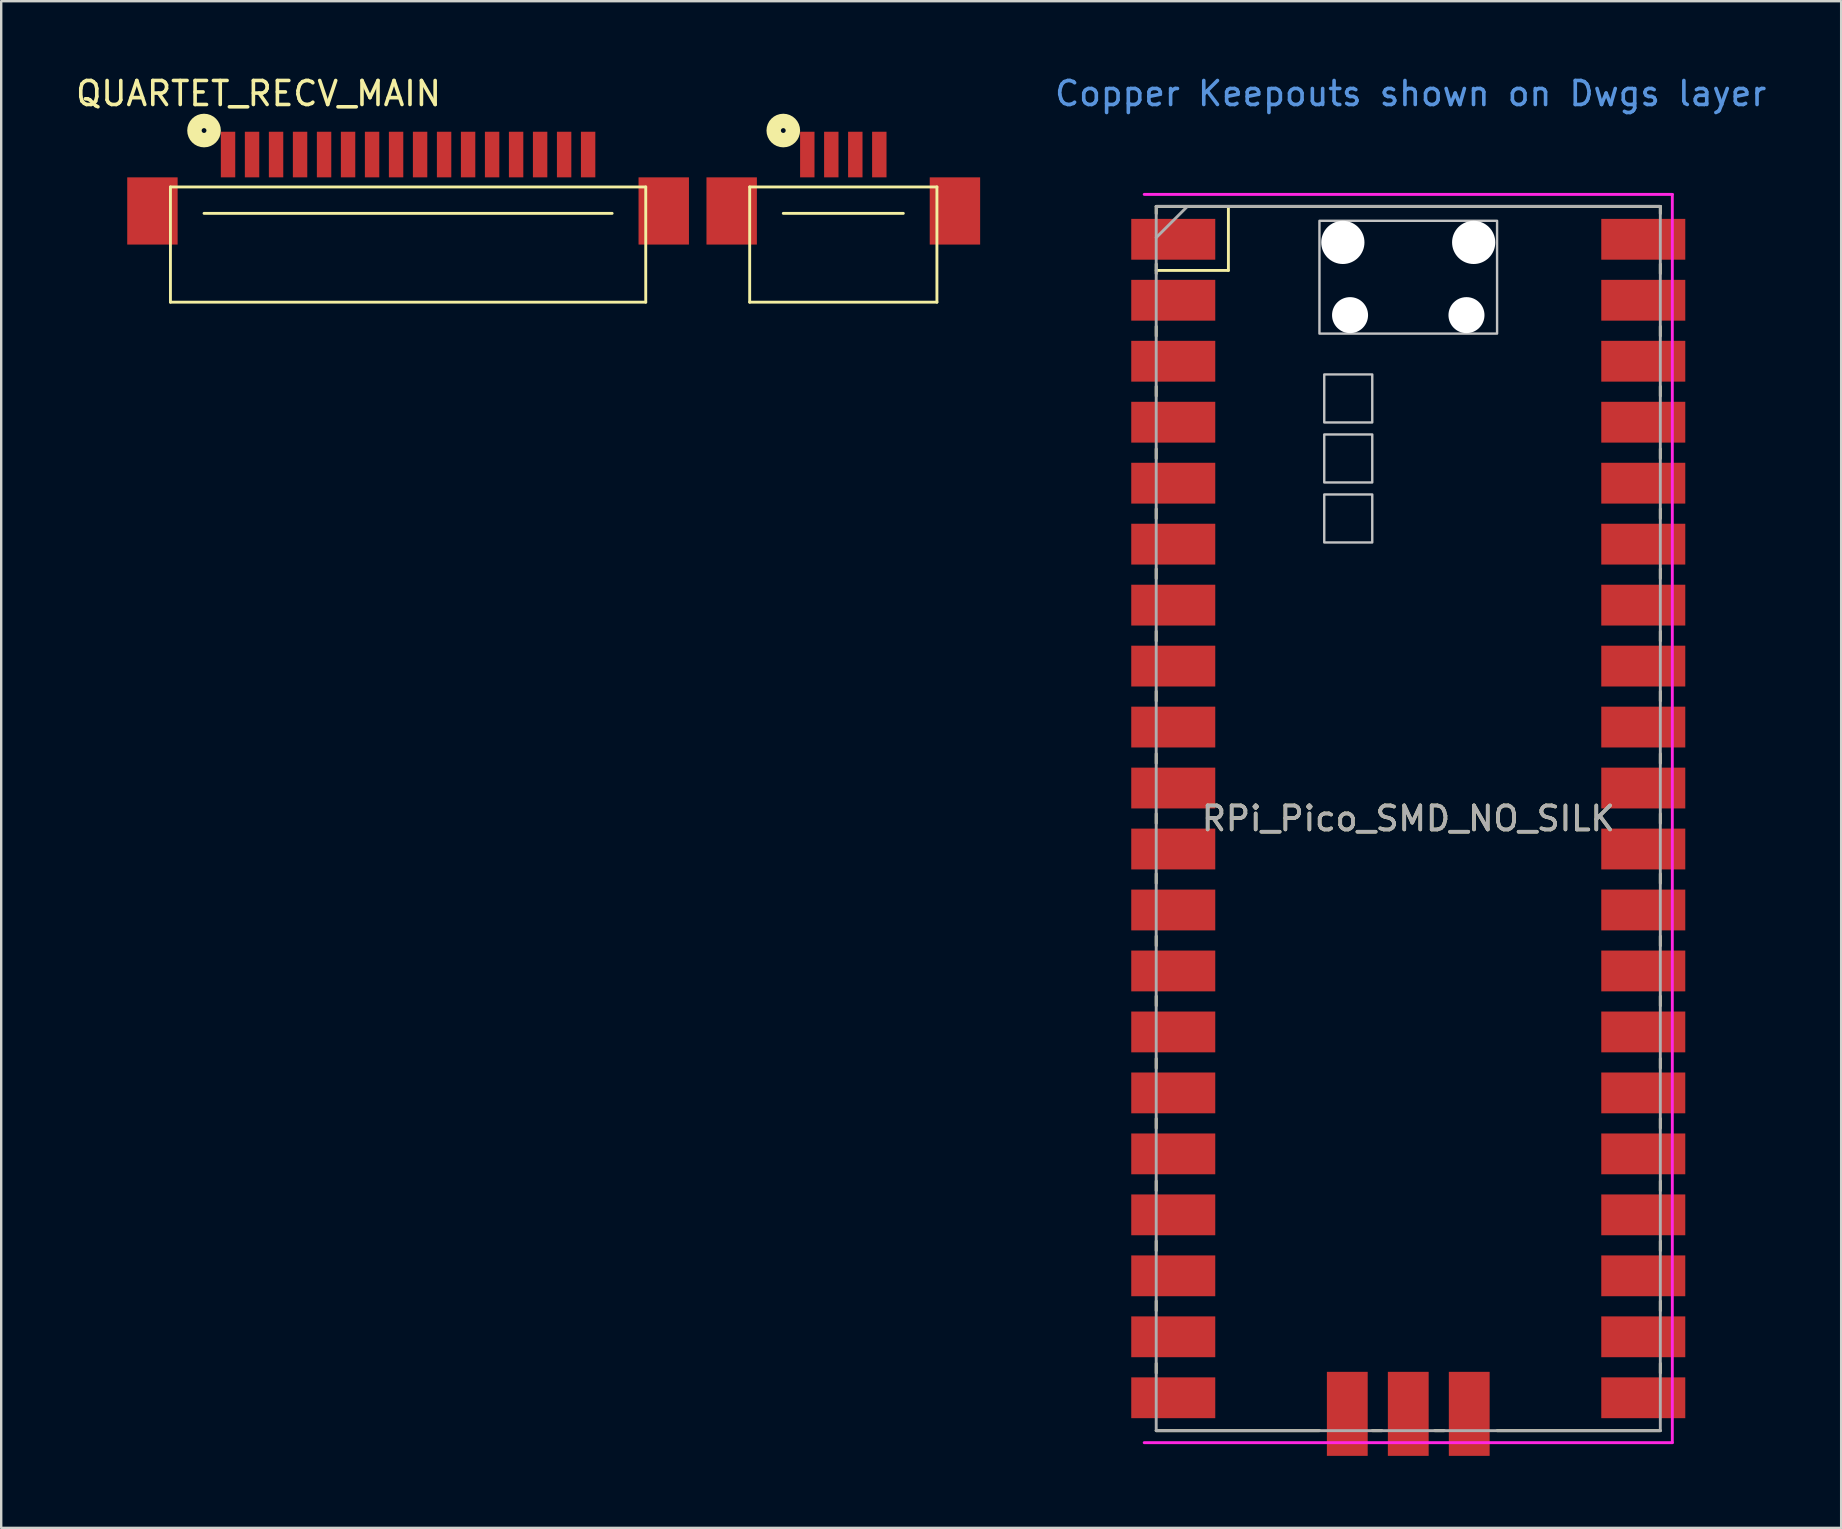
<source format=kicad_pcb>
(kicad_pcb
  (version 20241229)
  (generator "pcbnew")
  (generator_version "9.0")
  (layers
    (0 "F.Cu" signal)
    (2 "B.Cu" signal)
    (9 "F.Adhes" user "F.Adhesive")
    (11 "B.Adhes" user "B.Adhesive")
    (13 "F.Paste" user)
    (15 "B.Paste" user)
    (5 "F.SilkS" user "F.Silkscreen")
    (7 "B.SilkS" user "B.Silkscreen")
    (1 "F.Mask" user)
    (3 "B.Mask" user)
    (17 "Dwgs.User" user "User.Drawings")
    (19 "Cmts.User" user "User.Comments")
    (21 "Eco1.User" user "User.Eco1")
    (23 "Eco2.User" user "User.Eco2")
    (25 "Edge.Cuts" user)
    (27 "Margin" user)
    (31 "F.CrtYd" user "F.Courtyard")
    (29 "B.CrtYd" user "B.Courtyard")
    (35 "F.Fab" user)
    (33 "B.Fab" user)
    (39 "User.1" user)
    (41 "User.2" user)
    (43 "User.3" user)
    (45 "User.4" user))
  (footprint "QUARTET_RECV_MAIN"
    (layer "F.Cu")
    (at 6.45 3.388)
    (property "Reference" "QUARTET_RECV_MAIN" (at 1.27 -2.54 0) (layer "F.SilkS") (effects (font (size 1 1) (thickness 0.15))))
    (attr through_hole)
    (fp_line (start -2.4 1.35) (end -2.4 6.15) (stroke (width 0.12) (type solid)) (layer "F.SilkS"))
    (fp_line (start -2.4 1.35) (end 17.4 1.35) (stroke (width 0.12) (type solid)) (layer "F.SilkS"))
    (fp_line (start -2.4 6.15) (end 17.4 6.15) (stroke (width 0.12) (type solid)) (layer "F.SilkS"))
    (fp_line (start -1 2.45) (end 16 2.45) (stroke (width 0.12) (type solid)) (layer "F.SilkS"))
    (fp_line (start 17.4 6.15) (end 17.4 1.35) (stroke (width 0.12) (type solid)) (layer "F.SilkS"))
    (fp_line (start 21.73 1.35) (end 21.73 6.15) (stroke (width 0.12) (type solid)) (layer "F.SilkS"))
    (fp_line (start 21.73 1.35) (end 29.53 1.35) (stroke (width 0.12) (type solid)) (layer "F.SilkS"))
    (fp_line (start 21.73 6.15) (end 29.53 6.15) (stroke (width 0.12) (type solid)) (layer "F.SilkS"))
    (fp_line (start 23.13 2.45) (end 28.13 2.45) (stroke (width 0.12) (type solid)) (layer "F.SilkS"))
    (fp_line (start 29.53 6.15) (end 29.53 1.35) (stroke (width 0.12) (type solid)) (layer "F.SilkS"))
    (fp_circle (center -1 -1) (end -0.9 -1) (stroke (width 0.6) (type solid)) (fill no) (layer "F.SilkS"))
    (fp_circle (center 23.13 -1) (end 23.23 -1) (stroke (width 0.6) (type solid)) (fill no) (layer "F.SilkS"))
    (pad "1" smd rect (at 0 0) (size 0.6 1.9) (layers "F.Cu" "F.Mask" "F.Paste"))
    (pad "2" smd rect (at 1 0) (size 0.6 1.9) (layers "F.Cu" "F.Mask" "F.Paste"))
    (pad "3" smd rect (at 2 0) (size 0.6 1.9) (layers "F.Cu" "F.Mask" "F.Paste"))
    (pad "4" smd rect (at 3 0) (size 0.6 1.9) (layers "F.Cu" "F.Mask" "F.Paste"))
    (pad "5" smd rect (at 4 0) (size 0.6 1.9) (layers "F.Cu" "F.Mask" "F.Paste"))
    (pad "6" smd rect (at 5 0) (size 0.6 1.9) (layers "F.Cu" "F.Mask" "F.Paste"))
    (pad "7" smd rect (at 6 0) (size 0.6 1.9) (layers "F.Cu" "F.Mask" "F.Paste"))
    (pad "8" smd rect (at 7 0) (size 0.6 1.9) (layers "F.Cu" "F.Mask" "F.Paste"))
    (pad "9" smd rect (at 8 0) (size 0.6 1.9) (layers "F.Cu" "F.Mask" "F.Paste"))
    (pad "10" smd rect (at 9 0) (size 0.6 1.9) (layers "F.Cu" "F.Mask" "F.Paste"))
    (pad "11" smd rect (at 10 0) (size 0.6 1.9) (layers "F.Cu" "F.Mask" "F.Paste"))
    (pad "12" smd rect (at 11 0) (size 0.6 1.9) (layers "F.Cu" "F.Mask" "F.Paste"))
    (pad "13" smd rect (at 12 0) (size 0.6 1.9) (layers "F.Cu" "F.Mask" "F.Paste"))
    (pad "14" smd rect (at 13 0) (size 0.6 1.9) (layers "F.Cu" "F.Mask" "F.Paste"))
    (pad "15" smd rect (at 14 0) (size 0.6 1.9) (layers "F.Cu" "F.Mask" "F.Paste"))
    (pad "16" smd rect (at 15 0) (size 0.6 1.9) (layers "F.Cu" "F.Mask" "F.Paste"))
    (pad "17" smd rect (at 24.13 0) (size 0.6 1.9) (layers "F.Cu" "F.Mask" "F.Paste"))
    (pad "18" smd rect (at 25.13 0) (size 0.6 1.9) (layers "F.Cu" "F.Mask" "F.Paste"))
    (pad "19" smd rect (at 26.13 0) (size 0.6 1.9) (layers "F.Cu" "F.Mask" "F.Paste"))
    (pad "20" smd rect (at 27.13 0) (size 0.6 1.9) (layers "F.Cu" "F.Mask" "F.Paste"))
    (pad "MT1" smd rect (at -3.15 2.35) (size 2.1 2.8) (layers "F.Cu" "F.Mask" "F.Paste"))
    (pad "MT2" smd rect (at 18.15 2.35) (size 2.1 2.8) (layers "F.Cu" "F.Mask" "F.Paste"))
    (pad "MT3" smd rect (at 20.98 2.35) (size 2.1 2.8) (layers "F.Cu" "F.Mask" "F.Paste"))
    (pad "MT4" smd rect (at 30.28 2.35) (size 2.1 2.8) (layers "F.Cu" "F.Mask" "F.Paste")))
  (footprint "RPi_Pico_SMD_NO_SILK"
    (layer "F.Cu")
    (at 55.615 31.048)
    (property "Reference" "RPi_Pico_SMD_NO_SILK" (at 0 0 0) (layer "F.SilkS") (effects (font (size 1 1) (thickness 0.15))))
    (attr smd)
    (fp_line (start -10.5 -25.5) (end -10.5 -25.2) (stroke (width 0.12) (type solid)) (layer "F.SilkS"))
    (fp_line (start -10.5 -25.5) (end 10.5 -25.5) (stroke (width 0.12) (type solid)) (layer "F.SilkS"))
    (fp_line (start -10.5 -23.1) (end -10.5 -22.7) (stroke (width 0.12) (type solid)) (layer "F.SilkS"))
    (fp_line (start -10.5 -22.833) (end -7.493 -22.833) (stroke (width 0.12) (type solid)) (layer "F.SilkS"))
    (fp_line (start -10.5 -20.5) (end -10.5 -20.1) (stroke (width 0.12) (type solid)) (layer "F.SilkS"))
    (fp_line (start -10.5 -18) (end -10.5 -17.6) (stroke (width 0.12) (type solid)) (layer "F.SilkS"))
    (fp_line (start -10.5 -15.4) (end -10.5 -15) (stroke (width 0.12) (type solid)) (layer "F.SilkS"))
    (fp_line (start -10.5 -12.9) (end -10.5 -12.5) (stroke (width 0.12) (type solid)) (layer "F.SilkS"))
    (fp_line (start -10.5 -10.4) (end -10.5 -10) (stroke (width 0.12) (type solid)) (layer "F.SilkS"))
    (fp_line (start -10.5 -7.8) (end -10.5 -7.4) (stroke (width 0.12) (type solid)) (layer "F.SilkS"))
    (fp_line (start -10.5 -5.3) (end -10.5 -4.9) (stroke (width 0.12) (type solid)) (layer "F.SilkS"))
    (fp_line (start -10.5 -2.7) (end -10.5 -2.3) (stroke (width 0.12) (type solid)) (layer "F.SilkS"))
    (fp_line (start -10.5 -0.2) (end -10.5 0.2) (stroke (width 0.12) (type solid)) (layer "F.SilkS"))
    (fp_line (start -10.5 2.3) (end -10.5 2.7) (stroke (width 0.12) (type solid)) (layer "F.SilkS"))
    (fp_line (start -10.5 4.9) (end -10.5 5.3) (stroke (width 0.12) (type solid)) (layer "F.SilkS"))
    (fp_line (start -10.5 7.4) (end -10.5 7.8) (stroke (width 0.12) (type solid)) (layer "F.SilkS"))
    (fp_line (start -10.5 10) (end -10.5 10.4) (stroke (width 0.12) (type solid)) (layer "F.SilkS"))
    (fp_line (start -10.5 12.5) (end -10.5 12.9) (stroke (width 0.12) (type solid)) (layer "F.SilkS"))
    (fp_line (start -10.5 15.1) (end -10.5 15.5) (stroke (width 0.12) (type solid)) (layer "F.SilkS"))
    (fp_line (start -10.5 17.6) (end -10.5 18) (stroke (width 0.12) (type solid)) (layer "F.SilkS"))
    (fp_line (start -10.5 20.1) (end -10.5 20.5) (stroke (width 0.12) (type solid)) (layer "F.SilkS"))
    (fp_line (start -10.5 22.7) (end -10.5 23.1) (stroke (width 0.12) (type solid)) (layer "F.SilkS"))
    (fp_line (start -7.493 -22.833) (end -7.493 -25.5) (stroke (width 0.12) (type solid)) (layer "F.SilkS"))
    (fp_line (start -3.7 25.5) (end -10.5 25.5) (stroke (width 0.12) (type solid)) (layer "F.SilkS"))
    (fp_line (start -1.5 25.5) (end -1.1 25.5) (stroke (width 0.12) (type solid)) (layer "F.SilkS"))
    (fp_line (start 1.1 25.5) (end 1.5 25.5) (stroke (width 0.12) (type solid)) (layer "F.SilkS"))
    (fp_line (start 10.5 -25.5) (end 10.5 -25.2) (stroke (width 0.12) (type solid)) (layer "F.SilkS"))
    (fp_line (start 10.5 -23.1) (end 10.5 -22.7) (stroke (width 0.12) (type solid)) (layer "F.SilkS"))
    (fp_line (start 10.5 -20.5) (end 10.5 -20.1) (stroke (width 0.12) (type solid)) (layer "F.SilkS"))
    (fp_line (start 10.5 -18) (end 10.5 -17.6) (stroke (width 0.12) (type solid)) (layer "F.SilkS"))
    (fp_line (start 10.5 -15.4) (end 10.5 -15) (stroke (width 0.12) (type solid)) (layer "F.SilkS"))
    (fp_line (start 10.5 -12.9) (end 10.5 -12.5) (stroke (width 0.12) (type solid)) (layer "F.SilkS"))
    (fp_line (start 10.5 -10.4) (end 10.5 -10) (stroke (width 0.12) (type solid)) (layer "F.SilkS"))
    (fp_line (start 10.5 -7.8) (end 10.5 -7.4) (stroke (width 0.12) (type solid)) (layer "F.SilkS"))
    (fp_line (start 10.5 -5.3) (end 10.5 -4.9) (stroke (width 0.12) (type solid)) (layer "F.SilkS"))
    (fp_line (start 10.5 -2.7) (end 10.5 -2.3) (stroke (width 0.12) (type solid)) (layer "F.SilkS"))
    (fp_line (start 10.5 -0.2) (end 10.5 0.2) (stroke (width 0.12) (type solid)) (layer "F.SilkS"))
    (fp_line (start 10.5 2.3) (end 10.5 2.7) (stroke (width 0.12) (type solid)) (layer "F.SilkS"))
    (fp_line (start 10.5 4.9) (end 10.5 5.3) (stroke (width 0.12) (type solid)) (layer "F.SilkS"))
    (fp_line (start 10.5 7.4) (end 10.5 7.8) (stroke (width 0.12) (type solid)) (layer "F.SilkS"))
    (fp_line (start 10.5 10) (end 10.5 10.4) (stroke (width 0.12) (type solid)) (layer "F.SilkS"))
    (fp_line (start 10.5 12.5) (end 10.5 12.9) (stroke (width 0.12) (type solid)) (layer "F.SilkS"))
    (fp_line (start 10.5 15.1) (end 10.5 15.5) (stroke (width 0.12) (type solid)) (layer "F.SilkS"))
    (fp_line (start 10.5 17.6) (end 10.5 18) (stroke (width 0.12) (type solid)) (layer "F.SilkS"))
    (fp_line (start 10.5 20.1) (end 10.5 20.5) (stroke (width 0.12) (type solid)) (layer "F.SilkS"))
    (fp_line (start 10.5 22.7) (end 10.5 23.1) (stroke (width 0.12) (type solid)) (layer "F.SilkS"))
    (fp_line (start 10.5 25.5) (end 3.7 25.5) (stroke (width 0.12) (type solid)) (layer "F.SilkS"))
    (fp_poly (pts (xy -1.5 -16.5) (xy -3.5 -16.5) (xy -3.5 -18.5) (xy -1.5 -18.5)) (stroke (width 0.1) (type solid)) (fill no) (layer "Dwgs.User"))
    (fp_poly (pts (xy -1.5 -14) (xy -3.5 -14) (xy -3.5 -16) (xy -1.5 -16)) (stroke (width 0.1) (type solid)) (fill no) (layer "Dwgs.User"))
    (fp_poly (pts (xy -1.5 -11.5) (xy -3.5 -11.5) (xy -3.5 -13.5) (xy -1.5 -13.5)) (stroke (width 0.1) (type solid)) (fill no) (layer "Dwgs.User"))
    (fp_poly (pts (xy 3.7 -20.2) (xy -3.7 -20.2) (xy -3.7 -24.9) (xy 3.7 -24.9)) (stroke (width 0.1) (type solid)) (fill no) (layer "Dwgs.User"))
    (fp_line (start -11 -26) (end 11 -26) (stroke (width 0.12) (type solid)) (layer "F.CrtYd"))
    (fp_line (start 11 -26) (end 11 26) (stroke (width 0.12) (type solid)) (layer "F.CrtYd"))
    (fp_line (start 11 26) (end -11 26) (stroke (width 0.12) (type solid)) (layer "F.CrtYd"))
    (fp_line (start -10.5 -25.5) (end 10.5 -25.5) (stroke (width 0.12) (type solid)) (layer "F.Fab"))
    (fp_line (start -10.5 -24.2) (end -9.2 -25.5) (stroke (width 0.12) (type solid)) (layer "F.Fab"))
    (fp_line (start -10.5 25.5) (end -10.5 -25.5) (stroke (width 0.12) (type solid)) (layer "F.Fab"))
    (fp_line (start 10.5 -25.5) (end 10.5 25.5) (stroke (width 0.12) (type solid)) (layer "F.Fab"))
    (fp_line (start 10.5 25.5) (end -10.5 25.5) (stroke (width 0.12) (type solid)) (layer "F.Fab"))
    (fp_text user "Copper Keepouts shown on Dwgs layer" (at 0.1 -30.2 0) (layer "Cmts.User") (effects (font (size 1 1) (thickness 0.15))))
    (fp_text user "${REFERENCE}" (at 0 0 180) (layer "F.Fab") (effects (font (size 1 1) (thickness 0.15))))
    (pad "" np_thru_hole oval (at -2.725 -24) (size 1.8 1.8) (drill 1.8) (layers "*.Cu" "*.Mask"))
    (pad "" np_thru_hole oval (at -2.425 -20.97) (size 1.5 1.5) (drill 1.5) (layers "*.Cu" "*.Mask"))
    (pad "" np_thru_hole oval (at 2.425 -20.97) (size 1.5 1.5) (drill 1.5) (layers "*.Cu" "*.Mask"))
    (pad "" np_thru_hole oval (at 2.725 -24) (size 1.8 1.8) (drill 1.8) (layers "*.Cu" "*.Mask"))
    (pad "1" smd rect (at -8.89 -24.13) (size 3.5 1.7) (drill (offset -0.9 0)) (layers "F.Cu" "F.Mask"))
    (pad "2" smd rect (at -8.89 -21.59) (size 3.5 1.7) (drill (offset -0.9 0)) (layers "F.Cu" "F.Mask"))
    (pad "3" smd rect (at -8.89 -19.05) (size 3.5 1.7) (drill (offset -0.9 0)) (layers "F.Cu" "F.Mask"))
    (pad "4" smd rect (at -8.89 -16.51) (size 3.5 1.7) (drill (offset -0.9 0)) (layers "F.Cu" "F.Mask"))
    (pad "5" smd rect (at -8.89 -13.97) (size 3.5 1.7) (drill (offset -0.9 0)) (layers "F.Cu" "F.Mask"))
    (pad "6" smd rect (at -8.89 -11.43) (size 3.5 1.7) (drill (offset -0.9 0)) (layers "F.Cu" "F.Mask"))
    (pad "7" smd rect (at -8.89 -8.89) (size 3.5 1.7) (drill (offset -0.9 0)) (layers "F.Cu" "F.Mask"))
    (pad "8" smd rect (at -8.89 -6.35) (size 3.5 1.7) (drill (offset -0.9 0)) (layers "F.Cu" "F.Mask"))
    (pad "9" smd rect (at -8.89 -3.81) (size 3.5 1.7) (drill (offset -0.9 0)) (layers "F.Cu" "F.Mask"))
    (pad "10" smd rect (at -8.89 -1.27) (size 3.5 1.7) (drill (offset -0.9 0)) (layers "F.Cu" "F.Mask"))
    (pad "11" smd rect (at -8.89 1.27) (size 3.5 1.7) (drill (offset -0.9 0)) (layers "F.Cu" "F.Mask"))
    (pad "12" smd rect (at -8.89 3.81) (size 3.5 1.7) (drill (offset -0.9 0)) (layers "F.Cu" "F.Mask"))
    (pad "13" smd rect (at -8.89 6.35) (size 3.5 1.7) (drill (offset -0.9 0)) (layers "F.Cu" "F.Mask"))
    (pad "14" smd rect (at -8.89 8.89) (size 3.5 1.7) (drill (offset -0.9 0)) (layers "F.Cu" "F.Mask"))
    (pad "15" smd rect (at -8.89 11.43) (size 3.5 1.7) (drill (offset -0.9 0)) (layers "F.Cu" "F.Mask"))
    (pad "16" smd rect (at -8.89 13.97) (size 3.5 1.7) (drill (offset -0.9 0)) (layers "F.Cu" "F.Mask"))
    (pad "17" smd rect (at -8.89 16.51) (size 3.5 1.7) (drill (offset -0.9 0)) (layers "F.Cu" "F.Mask"))
    (pad "18" smd rect (at -8.89 19.05) (size 3.5 1.7) (drill (offset -0.9 0)) (layers "F.Cu" "F.Mask"))
    (pad "19" smd rect (at -8.89 21.59) (size 3.5 1.7) (drill (offset -0.9 0)) (layers "F.Cu" "F.Mask"))
    (pad "20" smd rect (at -8.89 24.13) (size 3.5 1.7) (drill (offset -0.9 0)) (layers "F.Cu" "F.Mask"))
    (pad "21" smd rect (at 8.89 24.13) (size 3.5 1.7) (drill (offset 0.9 0)) (layers "F.Cu" "F.Mask"))
    (pad "22" smd rect (at 8.89 21.59) (size 3.5 1.7) (drill (offset 0.9 0)) (layers "F.Cu" "F.Mask"))
    (pad "23" smd rect (at 8.89 19.05) (size 3.5 1.7) (drill (offset 0.9 0)) (layers "F.Cu" "F.Mask"))
    (pad "24" smd rect (at 8.89 16.51) (size 3.5 1.7) (drill (offset 0.9 0)) (layers "F.Cu" "F.Mask"))
    (pad "25" smd rect (at 8.89 13.97) (size 3.5 1.7) (drill (offset 0.9 0)) (layers "F.Cu" "F.Mask"))
    (pad "26" smd rect (at 8.89 11.43) (size 3.5 1.7) (drill (offset 0.9 0)) (layers "F.Cu" "F.Mask"))
    (pad "27" smd rect (at 8.89 8.89) (size 3.5 1.7) (drill (offset 0.9 0)) (layers "F.Cu" "F.Mask"))
    (pad "28" smd rect (at 8.89 6.35) (size 3.5 1.7) (drill (offset 0.9 0)) (layers "F.Cu" "F.Mask"))
    (pad "29" smd rect (at 8.89 3.81) (size 3.5 1.7) (drill (offset 0.9 0)) (layers "F.Cu" "F.Mask"))
    (pad "30" smd rect (at 8.89 1.27) (size 3.5 1.7) (drill (offset 0.9 0)) (layers "F.Cu" "F.Mask"))
    (pad "31" smd rect (at 8.89 -1.27) (size 3.5 1.7) (drill (offset 0.9 0)) (layers "F.Cu" "F.Mask"))
    (pad "32" smd rect (at 8.89 -3.81) (size 3.5 1.7) (drill (offset 0.9 0)) (layers "F.Cu" "F.Mask"))
    (pad "33" smd rect (at 8.89 -6.35) (size 3.5 1.7) (drill (offset 0.9 0)) (layers "F.Cu" "F.Mask"))
    (pad "34" smd rect (at 8.89 -8.89) (size 3.5 1.7) (drill (offset 0.9 0)) (layers "F.Cu" "F.Mask"))
    (pad "35" smd rect (at 8.89 -11.43) (size 3.5 1.7) (drill (offset 0.9 0)) (layers "F.Cu" "F.Mask"))
    (pad "36" smd rect (at 8.89 -13.97) (size 3.5 1.7) (drill (offset 0.9 0)) (layers "F.Cu" "F.Mask"))
    (pad "37" smd rect (at 8.89 -16.51) (size 3.5 1.7) (drill (offset 0.9 0)) (layers "F.Cu" "F.Mask"))
    (pad "38" smd rect (at 8.89 -19.05) (size 3.5 1.7) (drill (offset 0.9 0)) (layers "F.Cu" "F.Mask"))
    (pad "39" smd rect (at 8.89 -21.59) (size 3.5 1.7) (drill (offset 0.9 0)) (layers "F.Cu" "F.Mask"))
    (pad "40" smd rect (at 8.89 -24.13) (size 3.5 1.7) (drill (offset 0.9 0)) (layers "F.Cu" "F.Mask"))
    (pad "41" smd rect (at -2.54 23.9 90) (size 3.5 1.7) (drill (offset -0.9 0)) (layers "F.Cu" "F.Mask"))
    (pad "42" smd rect (at 0 23.9 90) (size 3.5 1.7) (drill (offset -0.9 0)) (layers "F.Cu" "F.Mask"))
    (pad "43" smd rect (at 2.54 23.9 90) (size 3.5 1.7) (drill (offset -0.9 0)) (layers "F.Cu" "F.Mask")))
  (gr_rect
    (start -3 -3)
    (end 73.649 60.598)
    (stroke (width 0.1) (type default))
    (fill no)
    (layer "Edge.Cuts")))
</source>
